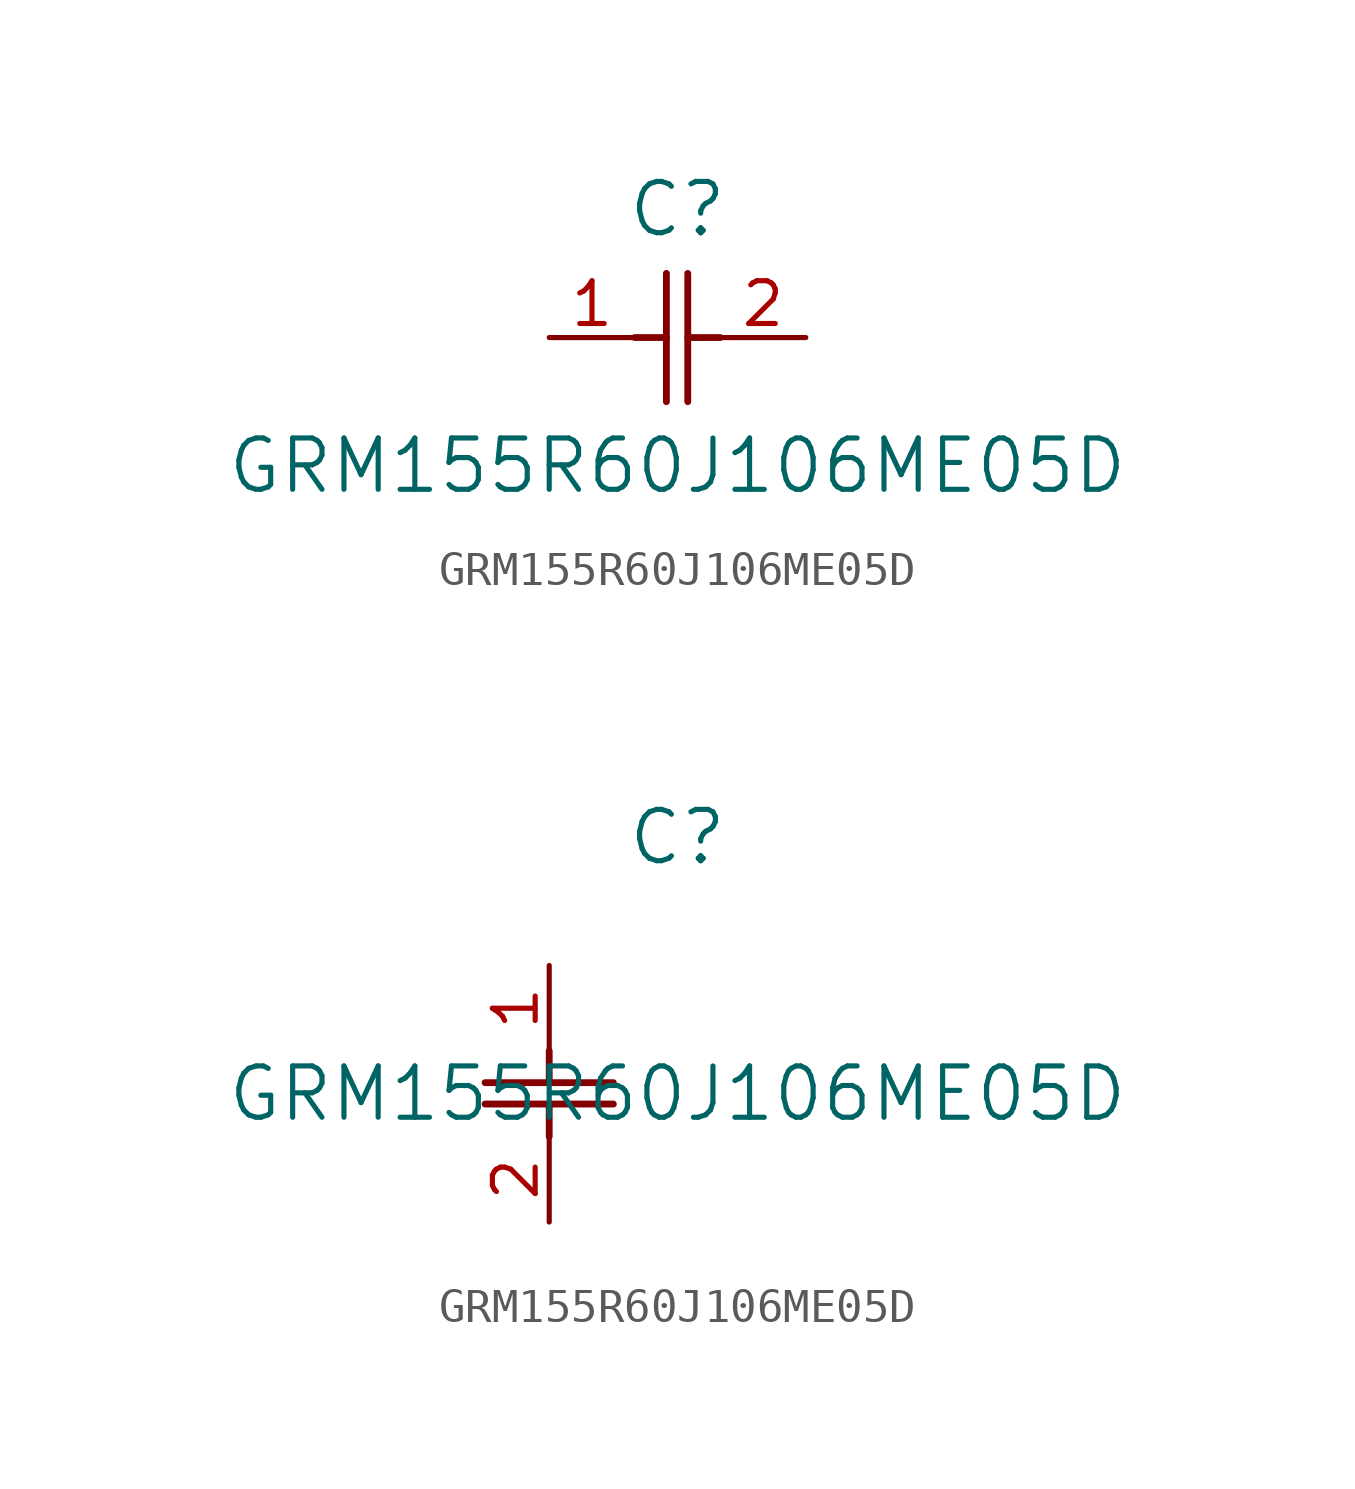
<source format=kicad_sym>
(kicad_symbol_lib
  (version 20211014)
  (generator kicad_symbol_editor)
  (symbol "GRM155R60J106ME05D"
    (pin_names
      (offset 0.254))
    (property "Reference" "C"
      (at 3.81 3.81 0)
      (effects (font (size 1.524 1.524))))
    (property "Value" "GRM155R60J106ME05D"
      (at 3.81 -3.81 0)
      (effects (font (size 1.524 1.524))))
    (symbol "GRM155R60J106ME05D_1_1"
      (polyline (pts (xy 3.48 -1.905) (xy 3.48 1.905)) (stroke (width 0.203) (type default) (color 0 0 0 0)) (fill (type none)))
      (polyline (pts (xy 4.115 -1.905) (xy 4.115 1.905)) (stroke (width 0.203) (type default) (color 0 0 0 0)) (fill (type none)))
      (polyline (pts (xy 4.115 0) (xy 5.08 0)) (stroke (width 0.203) (type default) (color 0 0 0 0)) (fill (type none)))
      (polyline (pts (xy 2.54 0) (xy 3.48 0)) (stroke (width 0.203) (type default) (color 0 0 0 0)) (fill (type none)))
      (pin unspecified line (at 0 0 0) (length 2.54) (name "" (effects (font (size 1.27 1.27)))) (number "1" (effects (font (size 1.27 1.27)))))
      (pin unspecified line (at 7.62 0 180) (length 2.54) (name "" (effects (font (size 1.27 1.27)))) (number "2" (effects (font (size 1.27 1.27))))))
    (symbol "GRM155R60J106ME05D_1_2"
      (polyline (pts (xy -1.905 -3.48) (xy 1.905 -3.48)) (stroke (width 0.203) (type default) (color 0 0 0 0)) (fill (type none)))
      (polyline (pts (xy -1.905 -4.115) (xy 1.905 -4.115)) (stroke (width 0.203) (type default) (color 0 0 0 0)) (fill (type none)))
      (polyline (pts (xy 0 -4.115) (xy 0 -5.08)) (stroke (width 0.203) (type default) (color 0 0 0 0)) (fill (type none)))
      (polyline (pts (xy 0 -2.54) (xy 0 -3.48)) (stroke (width 0.203) (type default) (color 0 0 0 0)) (fill (type none)))
      (pin unspecified line (at 0 0 270) (length 2.54) (name "" (effects (font (size 1.27 1.27)))) (number "1" (effects (font (size 1.27 1.27)))))
      (pin unspecified line (at 0 -7.62 90) (length 2.54) (name "" (effects (font (size 1.27 1.27)))) (number "2" (effects (font (size 1.27 1.27))))))))
</source>
